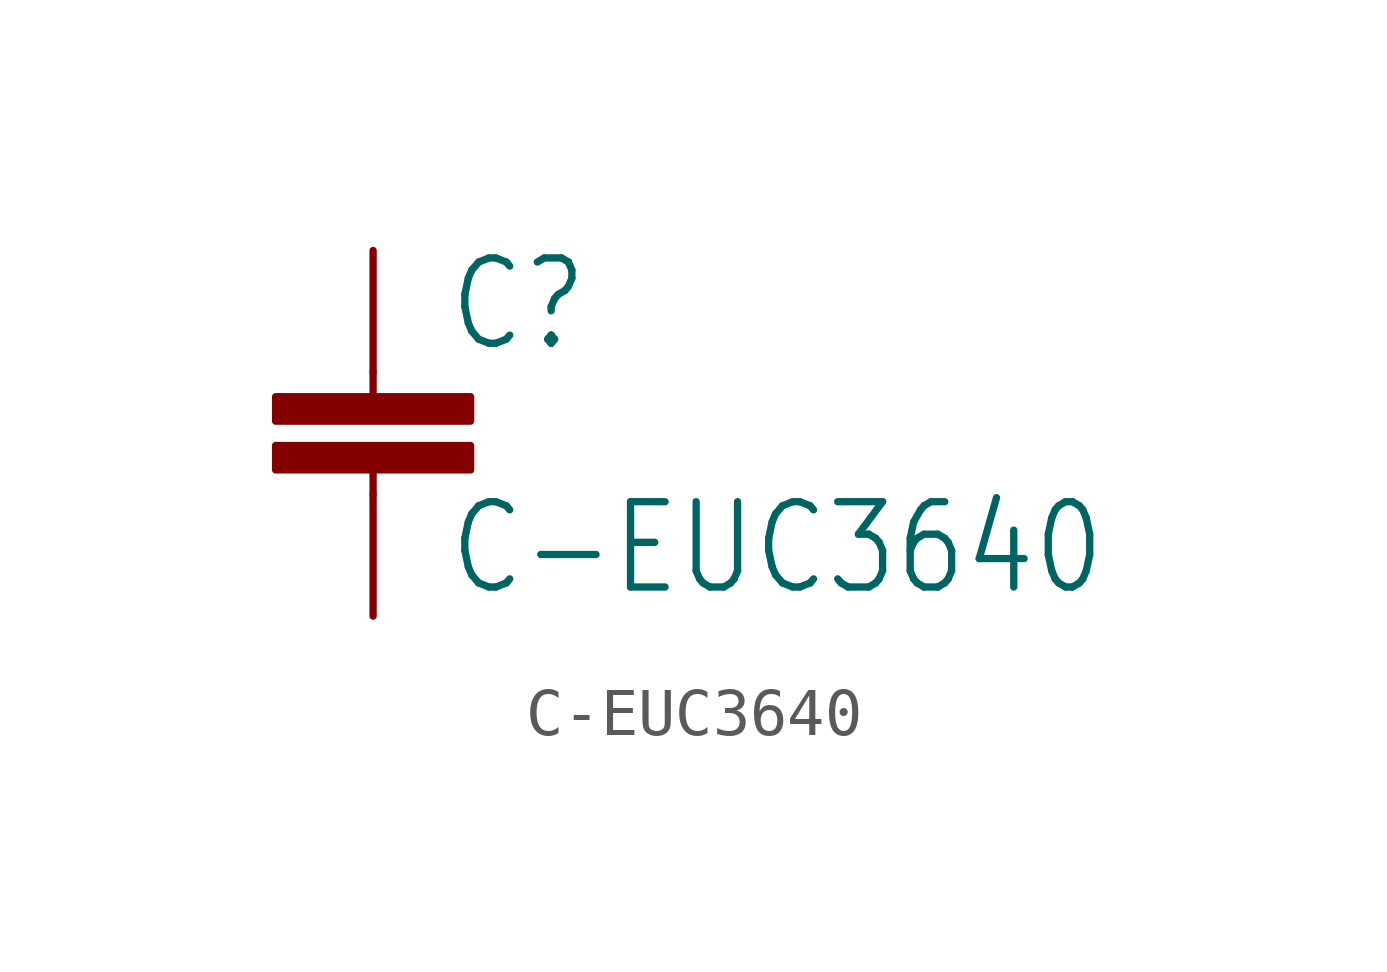
<source format=kicad_sym>
(kicad_symbol_lib
  (version 20231120)
  (generator "kicad_symbol_editor")
  (generator_version "8.0")
  (symbol "C-EUC3640"
    (property "Reference" "C"
      (at 1.524 0.381 0)
      (effects (font (size 1.778 1.511)) (justify left bottom)))
    (property "Value" "C-EUC3640"
      (at 1.524 -4.699 0)
      (effects (font (size 1.778 1.511)) (justify left bottom)))
    (property "ki_locked" ""
      (at 0 0 0)
      (effects (font (size 1.27 1.27))))
    (symbol "C-EUC3640_1_0"
      (rectangle (start -2.032 -2.032) (end 2.032 -1.524) (stroke (width 0) (type default)) (fill (type outline)))
      (rectangle (start -2.032 -1.016) (end 2.032 -0.508) (stroke (width 0) (type default)) (fill (type outline)))
      (polyline (pts (xy 0 -2.54) (xy 0 -2.032)) (stroke (width 0.152) (type default)) (fill (type none)))
      (polyline (pts (xy 0 0) (xy 0 -0.508)) (stroke (width 0.152) (type default)) (fill (type none)))
      (pin passive line (at 0 2.54 270) (length 2.54) (name "1" (effects (font (size 0 0)))) (number "1" (effects (font (size 0 0)))))
      (pin passive line (at 0 -5.08 90) (length 2.54) (name "2" (effects (font (size 0 0)))) (number "2" (effects (font (size 0 0))))))))
</source>
